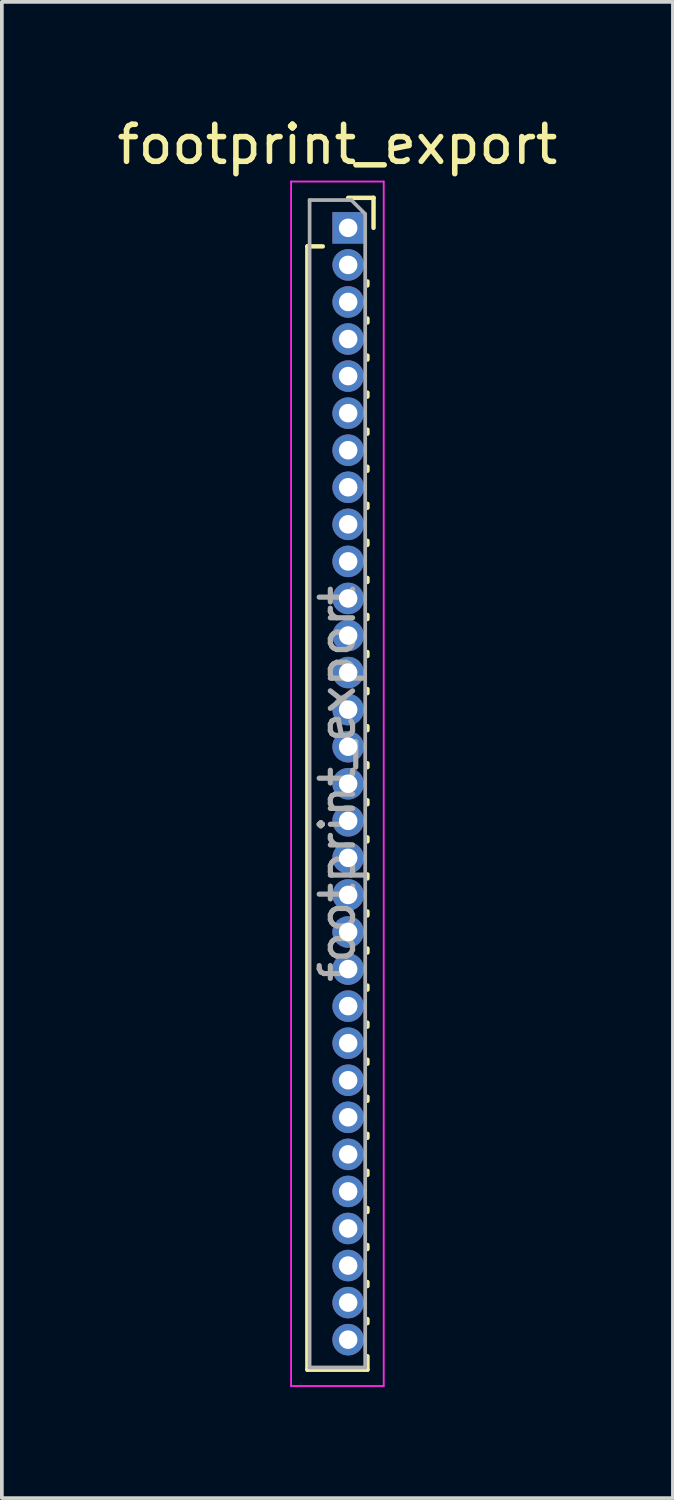
<source format=kicad_pcb>
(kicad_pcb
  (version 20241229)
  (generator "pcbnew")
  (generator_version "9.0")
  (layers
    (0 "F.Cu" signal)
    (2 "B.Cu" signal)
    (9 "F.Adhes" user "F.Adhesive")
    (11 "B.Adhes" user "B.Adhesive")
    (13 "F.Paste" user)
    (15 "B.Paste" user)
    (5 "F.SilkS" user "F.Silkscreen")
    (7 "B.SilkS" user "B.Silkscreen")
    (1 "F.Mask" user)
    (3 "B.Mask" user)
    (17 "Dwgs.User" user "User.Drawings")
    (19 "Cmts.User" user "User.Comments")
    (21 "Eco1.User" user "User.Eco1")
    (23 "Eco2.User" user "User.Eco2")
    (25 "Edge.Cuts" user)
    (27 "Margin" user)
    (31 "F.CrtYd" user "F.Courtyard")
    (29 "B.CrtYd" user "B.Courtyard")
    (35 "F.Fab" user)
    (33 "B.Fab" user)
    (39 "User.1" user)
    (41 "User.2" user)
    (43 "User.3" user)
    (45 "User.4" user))
  (footprint "footprint_export"
    (layer "F.Cu")
    (at 6.344 3.098)
    (property "Reference" "footprint_export" (at -0.29 -2.25 0) (layer "F.SilkS") (effects (font (size 1 1) (thickness 0.15))))
    (attr through_hole)
    (fp_line (start -1.1 0.5) (end -1.1 30.81) (stroke (width 0.12) (type solid)) (layer "F.SilkS"))
    (fp_line (start -1.1 0.5) (end -0.685 0.5) (stroke (width 0.12) (type solid)) (layer "F.SilkS"))
    (fp_line (start -1.1 30.81) (end 0.52 30.81) (stroke (width 0.12) (type solid)) (layer "F.SilkS"))
    (fp_line (start 0 -0.81) (end 0.685 -0.81) (stroke (width 0.12) (type solid)) (layer "F.SilkS"))
    (fp_line (start 0.52 1.446) (end 0.52 1.554) (stroke (width 0.12) (type solid)) (layer "F.SilkS"))
    (fp_line (start 0.52 2.446) (end 0.52 2.554) (stroke (width 0.12) (type solid)) (layer "F.SilkS"))
    (fp_line (start 0.52 3.446) (end 0.52 3.554) (stroke (width 0.12) (type solid)) (layer "F.SilkS"))
    (fp_line (start 0.52 4.446) (end 0.52 4.554) (stroke (width 0.12) (type solid)) (layer "F.SilkS"))
    (fp_line (start 0.52 5.446) (end 0.52 5.554) (stroke (width 0.12) (type solid)) (layer "F.SilkS"))
    (fp_line (start 0.52 6.446) (end 0.52 6.554) (stroke (width 0.12) (type solid)) (layer "F.SilkS"))
    (fp_line (start 0.52 7.446) (end 0.52 7.554) (stroke (width 0.12) (type solid)) (layer "F.SilkS"))
    (fp_line (start 0.52 8.446) (end 0.52 8.554) (stroke (width 0.12) (type solid)) (layer "F.SilkS"))
    (fp_line (start 0.52 9.446) (end 0.52 9.554) (stroke (width 0.12) (type solid)) (layer "F.SilkS"))
    (fp_line (start 0.52 10.446) (end 0.52 10.554) (stroke (width 0.12) (type solid)) (layer "F.SilkS"))
    (fp_line (start 0.52 11.446) (end 0.52 11.554) (stroke (width 0.12) (type solid)) (layer "F.SilkS"))
    (fp_line (start 0.52 12.446) (end 0.52 12.554) (stroke (width 0.12) (type solid)) (layer "F.SilkS"))
    (fp_line (start 0.52 13.446) (end 0.52 13.554) (stroke (width 0.12) (type solid)) (layer "F.SilkS"))
    (fp_line (start 0.52 14.446) (end 0.52 14.554) (stroke (width 0.12) (type solid)) (layer "F.SilkS"))
    (fp_line (start 0.52 15.446) (end 0.52 15.554) (stroke (width 0.12) (type solid)) (layer "F.SilkS"))
    (fp_line (start 0.52 16.446) (end 0.52 16.554) (stroke (width 0.12) (type solid)) (layer "F.SilkS"))
    (fp_line (start 0.52 17.446) (end 0.52 17.554) (stroke (width 0.12) (type solid)) (layer "F.SilkS"))
    (fp_line (start 0.52 18.446) (end 0.52 18.554) (stroke (width 0.12) (type solid)) (layer "F.SilkS"))
    (fp_line (start 0.52 19.446) (end 0.52 19.554) (stroke (width 0.12) (type solid)) (layer "F.SilkS"))
    (fp_line (start 0.52 20.446) (end 0.52 20.554) (stroke (width 0.12) (type solid)) (layer "F.SilkS"))
    (fp_line (start 0.52 21.446) (end 0.52 21.554) (stroke (width 0.12) (type solid)) (layer "F.SilkS"))
    (fp_line (start 0.52 22.446) (end 0.52 22.554) (stroke (width 0.12) (type solid)) (layer "F.SilkS"))
    (fp_line (start 0.52 23.446) (end 0.52 23.554) (stroke (width 0.12) (type solid)) (layer "F.SilkS"))
    (fp_line (start 0.52 24.446) (end 0.52 24.554) (stroke (width 0.12) (type solid)) (layer "F.SilkS"))
    (fp_line (start 0.52 25.446) (end 0.52 25.554) (stroke (width 0.12) (type solid)) (layer "F.SilkS"))
    (fp_line (start 0.52 26.446) (end 0.52 26.554) (stroke (width 0.12) (type solid)) (layer "F.SilkS"))
    (fp_line (start 0.52 27.446) (end 0.52 27.554) (stroke (width 0.12) (type solid)) (layer "F.SilkS"))
    (fp_line (start 0.52 28.446) (end 0.52 28.554) (stroke (width 0.12) (type solid)) (layer "F.SilkS"))
    (fp_line (start 0.52 29.446) (end 0.52 29.554) (stroke (width 0.12) (type solid)) (layer "F.SilkS"))
    (fp_line (start 0.52 30.446) (end 0.52 30.81) (stroke (width 0.12) (type solid)) (layer "F.SilkS"))
    (fp_line (start 0.685 -0.81) (end 0.685 0) (stroke (width 0.12) (type solid)) (layer "F.SilkS"))
    (fp_line (start -1.54 -1.25) (end 0.96 -1.25) (stroke (width 0.05) (type solid)) (layer "F.CrtYd"))
    (fp_line (start -1.54 31.25) (end -1.54 -1.25) (stroke (width 0.05) (type solid)) (layer "F.CrtYd"))
    (fp_line (start 0.96 -1.25) (end 0.96 31.25) (stroke (width 0.05) (type solid)) (layer "F.CrtYd"))
    (fp_line (start 0.96 31.25) (end -1.54 31.25) (stroke (width 0.05) (type solid)) (layer "F.CrtYd"))
    (fp_line (start -1.04 -0.75) (end 0.085 -0.75) (stroke (width 0.1) (type solid)) (layer "F.Fab"))
    (fp_line (start -1.04 30.75) (end -1.04 -0.75) (stroke (width 0.1) (type solid)) (layer "F.Fab"))
    (fp_line (start 0.085 -0.75) (end 0.46 -0.375) (stroke (width 0.1) (type solid)) (layer "F.Fab"))
    (fp_line (start 0.46 -0.375) (end 0.46 30.75) (stroke (width 0.1) (type solid)) (layer "F.Fab"))
    (fp_line (start 0.46 30.75) (end -1.04 30.75) (stroke (width 0.1) (type solid)) (layer "F.Fab"))
    (fp_text user "${REFERENCE}" (at -0.29 15 90) (layer "F.Fab") (effects (font (size 0.9 0.9) (thickness 0.14))))
    (pad "1" thru_hole rect (at 0 0) (size 0.85 0.85) (drill 0.5) (layers "*.Cu" "*.Mask"))
    (pad "2" thru_hole oval (at 0 1) (size 0.85 0.85) (drill 0.5) (layers "*.Cu" "*.Mask"))
    (pad "3" thru_hole oval (at 0 2) (size 0.85 0.85) (drill 0.5) (layers "*.Cu" "*.Mask"))
    (pad "4" thru_hole oval (at 0 3) (size 0.85 0.85) (drill 0.5) (layers "*.Cu" "*.Mask"))
    (pad "5" thru_hole oval (at 0 4) (size 0.85 0.85) (drill 0.5) (layers "*.Cu" "*.Mask"))
    (pad "6" thru_hole oval (at 0 5) (size 0.85 0.85) (drill 0.5) (layers "*.Cu" "*.Mask"))
    (pad "7" thru_hole oval (at 0 6) (size 0.85 0.85) (drill 0.5) (layers "*.Cu" "*.Mask"))
    (pad "8" thru_hole oval (at 0 7) (size 0.85 0.85) (drill 0.5) (layers "*.Cu" "*.Mask"))
    (pad "9" thru_hole oval (at 0 8) (size 0.85 0.85) (drill 0.5) (layers "*.Cu" "*.Mask"))
    (pad "10" thru_hole oval (at 0 9) (size 0.85 0.85) (drill 0.5) (layers "*.Cu" "*.Mask"))
    (pad "11" thru_hole oval (at 0 10) (size 0.85 0.85) (drill 0.5) (layers "*.Cu" "*.Mask"))
    (pad "12" thru_hole oval (at 0 11) (size 0.85 0.85) (drill 0.5) (layers "*.Cu" "*.Mask"))
    (pad "13" thru_hole oval (at 0 12) (size 0.85 0.85) (drill 0.5) (layers "*.Cu" "*.Mask"))
    (pad "14" thru_hole oval (at 0 13) (size 0.85 0.85) (drill 0.5) (layers "*.Cu" "*.Mask"))
    (pad "15" thru_hole oval (at 0 14) (size 0.85 0.85) (drill 0.5) (layers "*.Cu" "*.Mask"))
    (pad "16" thru_hole oval (at 0 15) (size 0.85 0.85) (drill 0.5) (layers "*.Cu" "*.Mask"))
    (pad "17" thru_hole oval (at 0 16) (size 0.85 0.85) (drill 0.5) (layers "*.Cu" "*.Mask"))
    (pad "18" thru_hole oval (at 0 17) (size 0.85 0.85) (drill 0.5) (layers "*.Cu" "*.Mask"))
    (pad "19" thru_hole oval (at 0 18) (size 0.85 0.85) (drill 0.5) (layers "*.Cu" "*.Mask"))
    (pad "20" thru_hole oval (at 0 19) (size 0.85 0.85) (drill 0.5) (layers "*.Cu" "*.Mask"))
    (pad "21" thru_hole oval (at 0 20) (size 0.85 0.85) (drill 0.5) (layers "*.Cu" "*.Mask"))
    (pad "22" thru_hole oval (at 0 21) (size 0.85 0.85) (drill 0.5) (layers "*.Cu" "*.Mask"))
    (pad "23" thru_hole oval (at 0 22) (size 0.85 0.85) (drill 0.5) (layers "*.Cu" "*.Mask"))
    (pad "24" thru_hole oval (at 0 23) (size 0.85 0.85) (drill 0.5) (layers "*.Cu" "*.Mask"))
    (pad "25" thru_hole oval (at 0 24) (size 0.85 0.85) (drill 0.5) (layers "*.Cu" "*.Mask"))
    (pad "26" thru_hole oval (at 0 25) (size 0.85 0.85) (drill 0.5) (layers "*.Cu" "*.Mask"))
    (pad "27" thru_hole oval (at 0 26) (size 0.85 0.85) (drill 0.5) (layers "*.Cu" "*.Mask"))
    (pad "28" thru_hole oval (at 0 27) (size 0.85 0.85) (drill 0.5) (layers "*.Cu" "*.Mask"))
    (pad "29" thru_hole oval (at 0 28) (size 0.85 0.85) (drill 0.5) (layers "*.Cu" "*.Mask"))
    (pad "30" thru_hole oval (at 0 29) (size 0.85 0.85) (drill 0.5) (layers "*.Cu" "*.Mask"))
    (pad "31" thru_hole oval (at 0 30) (size 0.85 0.85) (drill 0.5) (layers "*.Cu" "*.Mask")))
  (gr_rect
    (start -3 -3)
    (end 15.107 37.373)
    (stroke (width 0.1) (type default))
    (fill no)
    (layer "Edge.Cuts")))
</source>
